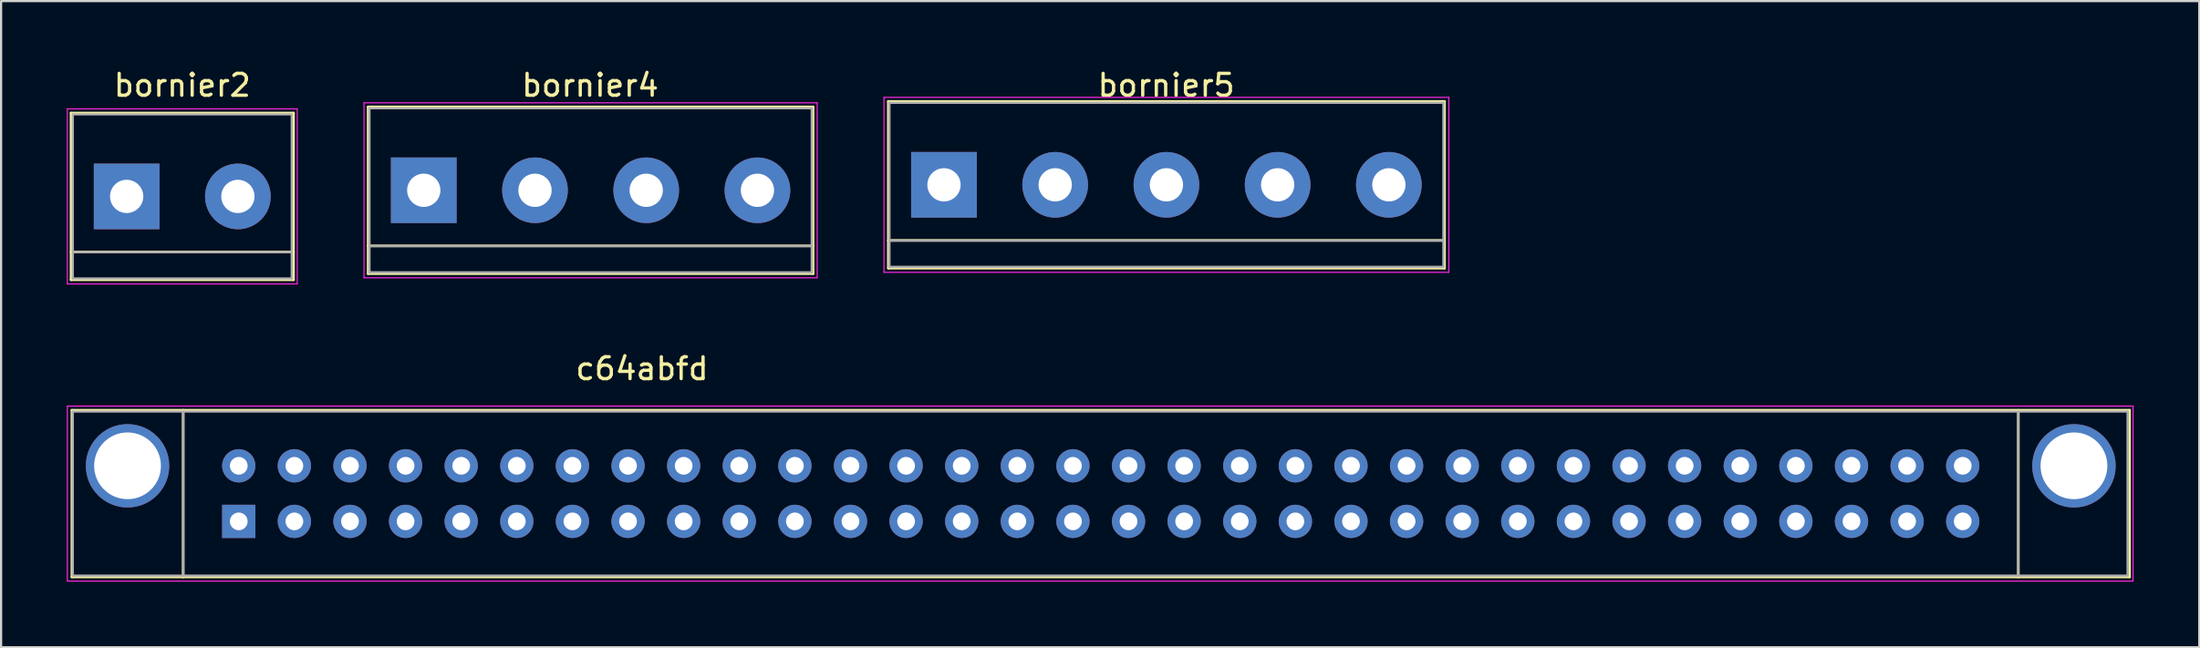
<source format=kicad_pcb>
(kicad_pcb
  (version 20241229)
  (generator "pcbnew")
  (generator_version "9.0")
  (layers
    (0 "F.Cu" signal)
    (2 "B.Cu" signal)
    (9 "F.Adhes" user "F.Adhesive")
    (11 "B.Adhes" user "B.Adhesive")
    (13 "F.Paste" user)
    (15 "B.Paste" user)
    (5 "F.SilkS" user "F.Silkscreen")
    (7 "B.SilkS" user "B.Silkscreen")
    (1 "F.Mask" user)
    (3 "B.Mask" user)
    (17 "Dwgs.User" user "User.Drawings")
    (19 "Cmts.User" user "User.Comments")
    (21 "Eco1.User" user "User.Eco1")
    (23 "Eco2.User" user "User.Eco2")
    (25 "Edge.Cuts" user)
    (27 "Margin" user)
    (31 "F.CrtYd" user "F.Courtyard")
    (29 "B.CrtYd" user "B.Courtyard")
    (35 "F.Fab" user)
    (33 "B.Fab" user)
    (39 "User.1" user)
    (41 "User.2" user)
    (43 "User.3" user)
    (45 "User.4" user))
  (footprint "bornier5"
    (layer "F.Cu")
    (at 40.065 5.398)
    (property "Reference" "bornier5" (at 10.15 -4.55 0) (layer "F.SilkS") (effects (font (size 1 1) (thickness 0.15))))
    (attr through_hole)
    (fp_line (start -2.54 -3.81) (end -2.54 3.81) (stroke (width 0.12) (type solid)) (layer "F.SilkS"))
    (fp_line (start -2.54 -3.81) (end 22.86 -3.81) (stroke (width 0.12) (type solid)) (layer "F.SilkS"))
    (fp_line (start -2.54 2.54) (end 22.86 2.54) (stroke (width 0.12) (type solid)) (layer "F.SilkS"))
    (fp_line (start -2.54 3.81) (end 22.86 3.81) (stroke (width 0.12) (type solid)) (layer "F.SilkS"))
    (fp_line (start 22.86 -3.81) (end 22.86 3.81) (stroke (width 0.12) (type solid)) (layer "F.SilkS"))
    (fp_line (start -2.74 -4) (end -2.74 4) (stroke (width 0.05) (type solid)) (layer "F.CrtYd"))
    (fp_line (start -2.74 -4) (end 23.06 -4) (stroke (width 0.05) (type solid)) (layer "F.CrtYd"))
    (fp_line (start 23.06 4) (end -2.74 4) (stroke (width 0.05) (type solid)) (layer "F.CrtYd"))
    (fp_line (start 23.06 4) (end 23.06 -4) (stroke (width 0.05) (type solid)) (layer "F.CrtYd"))
    (fp_line (start -2.49 -3.75) (end -2.49 3.75) (stroke (width 0.1) (type solid)) (layer "F.Fab"))
    (fp_line (start -2.49 2.55) (end 22.81 2.55) (stroke (width 0.1) (type solid)) (layer "F.Fab"))
    (fp_line (start -2.49 3.75) (end 22.81 3.75) (stroke (width 0.1) (type solid)) (layer "F.Fab"))
    (fp_line (start 22.81 -3.75) (end -2.49 -3.75) (stroke (width 0.1) (type solid)) (layer "F.Fab"))
    (fp_line (start 22.81 3.75) (end 22.81 -3.75) (stroke (width 0.1) (type solid)) (layer "F.Fab"))
    (pad "1" thru_hole rect (at 0 0) (size 3 3) (drill 1.52) (layers "*.Cu" "*.Mask"))
    (pad "2" thru_hole circle (at 5.08 0) (size 3 3) (drill 1.52) (layers "*.Cu" "*.Mask"))
    (pad "3" thru_hole circle (at 10.16 0) (size 3 3) (drill 1.52) (layers "*.Cu" "*.Mask"))
    (pad "4" thru_hole circle (at 15.24 0) (size 3 3) (drill 1.52) (layers "*.Cu" "*.Mask"))
    (pad "5" thru_hole circle (at 20.32 0) (size 3 3) (drill 1.52) (layers "*.Cu" "*.Mask")))
  (footprint "bornier2"
    (layer "F.Cu")
    (at 2.735 5.928)
    (property "Reference" "bornier2" (at 2.54 -5.08 0) (layer "F.SilkS") (effects (font (size 1 1) (thickness 0.15))))
    (attr through_hole)
    (fp_line (start -2.54 -3.81) (end -2.54 3.81) (stroke (width 0.12) (type solid)) (layer "F.SilkS"))
    (fp_line (start -2.54 3.81) (end 7.62 3.81) (stroke (width 0.12) (type solid)) (layer "F.SilkS"))
    (fp_line (start 7.62 -3.81) (end -2.54 -3.81) (stroke (width 0.12) (type solid)) (layer "F.SilkS"))
    (fp_line (start 7.62 2.54) (end -2.54 2.54) (stroke (width 0.12) (type solid)) (layer "F.SilkS"))
    (fp_line (start 7.62 3.81) (end 7.62 -3.81) (stroke (width 0.12) (type solid)) (layer "F.SilkS"))
    (fp_line (start -2.71 -4) (end -2.71 4) (stroke (width 0.05) (type solid)) (layer "F.CrtYd"))
    (fp_line (start -2.71 -4) (end 7.79 -4) (stroke (width 0.05) (type solid)) (layer "F.CrtYd"))
    (fp_line (start 7.79 4) (end -2.71 4) (stroke (width 0.05) (type solid)) (layer "F.CrtYd"))
    (fp_line (start 7.79 4) (end 7.79 -4) (stroke (width 0.05) (type solid)) (layer "F.CrtYd"))
    (fp_line (start -2.46 -3.75) (end -2.46 3.75) (stroke (width 0.1) (type solid)) (layer "F.Fab"))
    (fp_line (start -2.46 3.75) (end 7.54 3.75) (stroke (width 0.1) (type solid)) (layer "F.Fab"))
    (fp_line (start -2.41 2.55) (end 7.49 2.55) (stroke (width 0.1) (type solid)) (layer "F.Fab"))
    (fp_line (start 7.54 -3.75) (end -2.46 -3.75) (stroke (width 0.1) (type solid)) (layer "F.Fab"))
    (fp_line (start 7.54 3.75) (end 7.54 -3.75) (stroke (width 0.1) (type solid)) (layer "F.Fab"))
    (pad "1" thru_hole rect (at 0 0) (size 3 3) (drill 1.52) (layers "*.Cu" "*.Mask"))
    (pad "2" thru_hole circle (at 5.08 0) (size 3 3) (drill 1.52) (layers "*.Cu" "*.Mask")))
  (footprint "bornier4"
    (layer "F.Cu")
    (at 16.305 5.648)
    (property "Reference" "bornier4" (at 7.6 -4.8 0) (layer "F.SilkS") (effects (font (size 1 1) (thickness 0.15))))
    (attr through_hole)
    (fp_line (start -2.54 -3.81) (end -2.54 3.81) (stroke (width 0.12) (type solid)) (layer "F.SilkS"))
    (fp_line (start -2.54 -3.81) (end 17.78 -3.81) (stroke (width 0.12) (type solid)) (layer "F.SilkS"))
    (fp_line (start -2.54 3.81) (end 17.78 3.81) (stroke (width 0.12) (type solid)) (layer "F.SilkS"))
    (fp_line (start 17.78 2.54) (end -2.54 2.54) (stroke (width 0.12) (type solid)) (layer "F.SilkS"))
    (fp_line (start 17.78 3.81) (end 17.78 -3.81) (stroke (width 0.12) (type solid)) (layer "F.SilkS"))
    (fp_line (start -2.73 -4) (end -2.73 4) (stroke (width 0.05) (type solid)) (layer "F.CrtYd"))
    (fp_line (start -2.73 -4) (end 17.97 -4) (stroke (width 0.05) (type solid)) (layer "F.CrtYd"))
    (fp_line (start 17.97 4) (end -2.73 4) (stroke (width 0.05) (type solid)) (layer "F.CrtYd"))
    (fp_line (start 17.97 4) (end 17.97 -4) (stroke (width 0.05) (type solid)) (layer "F.CrtYd"))
    (fp_line (start -2.48 -3.75) (end 17.72 -3.75) (stroke (width 0.1) (type solid)) (layer "F.Fab"))
    (fp_line (start -2.48 2.55) (end 17.72 2.55) (stroke (width 0.1) (type solid)) (layer "F.Fab"))
    (fp_line (start -2.48 3.75) (end -2.48 -3.75) (stroke (width 0.1) (type solid)) (layer "F.Fab"))
    (fp_line (start -2.43 3.75) (end -2.48 3.75) (stroke (width 0.1) (type solid)) (layer "F.Fab"))
    (fp_line (start 17.72 -3.75) (end 17.72 3.75) (stroke (width 0.1) (type solid)) (layer "F.Fab"))
    (fp_line (start 17.72 3.75) (end -2.43 3.75) (stroke (width 0.1) (type solid)) (layer "F.Fab"))
    (pad "1" thru_hole rect (at 0 0) (size 3 3) (drill 1.52) (layers "*.Cu" "*.Mask"))
    (pad "2" thru_hole circle (at 5.08 0) (size 3 3) (drill 1.52) (layers "*.Cu" "*.Mask"))
    (pad "3" thru_hole circle (at 10.16 0) (size 3 3) (drill 1.52) (layers "*.Cu" "*.Mask"))
    (pad "4" thru_hole circle (at 15.24 0) (size 3 3) (drill 1.52) (layers "*.Cu" "*.Mask")))
  (footprint "c64abfd"
    (layer "F.Cu")
    (at 7.855 20.782)
    (property "Reference" "c64abfd" (at 18.42 -6.98 0) (layer "F.SilkS") (effects (font (size 1 1) (thickness 0.15))))
    (attr through_hole)
    (fp_line (start -7.62 -5.08) (end 86.36 -5.08) (stroke (width 0.12) (type solid)) (layer "F.SilkS"))
    (fp_line (start -7.62 2.54) (end -7.62 -5.08) (stroke (width 0.12) (type solid)) (layer "F.SilkS"))
    (fp_line (start -2.54 2.54) (end -2.54 -5.08) (stroke (width 0.12) (type solid)) (layer "F.SilkS"))
    (fp_line (start 81.28 2.54) (end 81.28 -5.08) (stroke (width 0.12) (type solid)) (layer "F.SilkS"))
    (fp_line (start 86.36 -5.08) (end 86.36 2.54) (stroke (width 0.12) (type solid)) (layer "F.SilkS"))
    (fp_line (start 86.36 2.54) (end -7.62 2.54) (stroke (width 0.12) (type solid)) (layer "F.SilkS"))
    (fp_line (start -7.83 -5.27) (end -7.83 2.73) (stroke (width 0.05) (type solid)) (layer "F.CrtYd"))
    (fp_line (start -7.83 -5.27) (end 86.52 -5.27) (stroke (width 0.05) (type solid)) (layer "F.CrtYd"))
    (fp_line (start 86.52 2.73) (end -7.83 2.73) (stroke (width 0.05) (type solid)) (layer "F.CrtYd"))
    (fp_line (start 86.52 2.73) (end 86.52 -5.27) (stroke (width 0.05) (type solid)) (layer "F.CrtYd"))
    (fp_line (start -7.58 -5.02) (end 86.27 -5.02) (stroke (width 0.1) (type solid)) (layer "F.Fab"))
    (fp_line (start -7.58 2.48) (end -7.58 -5.02) (stroke (width 0.1) (type solid)) (layer "F.Fab"))
    (fp_line (start -2.53 -5.02) (end -2.53 2.48) (stroke (width 0.1) (type solid)) (layer "F.Fab"))
    (fp_line (start 81.27 2.48) (end 81.27 -5.02) (stroke (width 0.1) (type solid)) (layer "F.Fab"))
    (fp_line (start 86.27 2.48) (end -7.58 2.48) (stroke (width 0.1) (type solid)) (layer "F.Fab"))
    (fp_line (start 86.27 2.48) (end 86.27 -5.02) (stroke (width 0.1) (type solid)) (layer "F.Fab"))
    (pad "65" thru_hole circle (at -5.08 -2.54) (size 3.81 3.81) (drill 3.05) (layers "*.Cu" "*.Mask"))
    (pad "66" thru_hole circle (at 83.82 -2.54) (size 3.81 3.81) (drill 3.05) (layers "*.Cu" "*.Mask"))
    (pad "A1" thru_hole rect (at 0 0) (size 1.52 1.52) (drill 0.81) (layers "*.Cu" "*.Mask"))
    (pad "A2" thru_hole circle (at 2.54 0) (size 1.52 1.52) (drill 0.81) (layers "*.Cu" "*.Mask"))
    (pad "A3" thru_hole circle (at 5.08 0) (size 1.52 1.52) (drill 0.81) (layers "*.Cu" "*.Mask"))
    (pad "A4" thru_hole circle (at 7.62 0) (size 1.52 1.52) (drill 0.81) (layers "*.Cu" "*.Mask"))
    (pad "A5" thru_hole circle (at 10.16 0) (size 1.52 1.52) (drill 0.81) (layers "*.Cu" "*.Mask"))
    (pad "A6" thru_hole circle (at 12.7 0) (size 1.52 1.52) (drill 0.81) (layers "*.Cu" "*.Mask"))
    (pad "A7" thru_hole circle (at 15.24 0) (size 1.52 1.52) (drill 0.81) (layers "*.Cu" "*.Mask"))
    (pad "A8" thru_hole circle (at 17.78 0) (size 1.52 1.52) (drill 0.81) (layers "*.Cu" "*.Mask"))
    (pad "A9" thru_hole circle (at 20.32 0) (size 1.52 1.52) (drill 0.81) (layers "*.Cu" "*.Mask"))
    (pad "A10" thru_hole circle (at 22.86 0) (size 1.52 1.52) (drill 0.81) (layers "*.Cu" "*.Mask"))
    (pad "A11" thru_hole circle (at 25.4 0) (size 1.52 1.52) (drill 0.81) (layers "*.Cu" "*.Mask"))
    (pad "A12" thru_hole circle (at 27.94 0) (size 1.52 1.52) (drill 0.81) (layers "*.Cu" "*.Mask"))
    (pad "A13" thru_hole circle (at 30.48 0) (size 1.52 1.52) (drill 0.81) (layers "*.Cu" "*.Mask"))
    (pad "A14" thru_hole circle (at 33.02 0) (size 1.52 1.52) (drill 0.81) (layers "*.Cu" "*.Mask"))
    (pad "A15" thru_hole circle (at 35.56 0) (size 1.52 1.52) (drill 0.81) (layers "*.Cu" "*.Mask"))
    (pad "A16" thru_hole circle (at 38.1 0) (size 1.52 1.52) (drill 0.81) (layers "*.Cu" "*.Mask"))
    (pad "A17" thru_hole circle (at 40.64 0) (size 1.52 1.52) (drill 0.81) (layers "*.Cu" "*.Mask"))
    (pad "A18" thru_hole circle (at 43.18 0) (size 1.52 1.52) (drill 0.81) (layers "*.Cu" "*.Mask"))
    (pad "A19" thru_hole circle (at 45.72 0) (size 1.52 1.52) (drill 0.81) (layers "*.Cu" "*.Mask"))
    (pad "A20" thru_hole circle (at 48.26 0) (size 1.52 1.52) (drill 0.81) (layers "*.Cu" "*.Mask"))
    (pad "A21" thru_hole circle (at 50.8 0) (size 1.52 1.52) (drill 0.81) (layers "*.Cu" "*.Mask"))
    (pad "A22" thru_hole circle (at 53.34 0) (size 1.52 1.52) (drill 0.81) (layers "*.Cu" "*.Mask"))
    (pad "A23" thru_hole circle (at 55.88 0) (size 1.52 1.52) (drill 0.81) (layers "*.Cu" "*.Mask"))
    (pad "A24" thru_hole circle (at 58.42 0) (size 1.52 1.52) (drill 0.81) (layers "*.Cu" "*.Mask"))
    (pad "A25" thru_hole circle (at 60.96 0) (size 1.52 1.52) (drill 0.81) (layers "*.Cu" "*.Mask"))
    (pad "A26" thru_hole circle (at 63.5 0) (size 1.52 1.52) (drill 0.81) (layers "*.Cu" "*.Mask"))
    (pad "A27" thru_hole circle (at 66.04 0) (size 1.52 1.52) (drill 0.81) (layers "*.Cu" "*.Mask"))
    (pad "A28" thru_hole circle (at 68.58 0) (size 1.52 1.52) (drill 0.81) (layers "*.Cu" "*.Mask"))
    (pad "A29" thru_hole circle (at 71.12 0) (size 1.52 1.52) (drill 0.81) (layers "*.Cu" "*.Mask"))
    (pad "A30" thru_hole circle (at 73.66 0) (size 1.52 1.52) (drill 0.81) (layers "*.Cu" "*.Mask"))
    (pad "A31" thru_hole circle (at 76.2 0) (size 1.52 1.52) (drill 0.81) (layers "*.Cu" "*.Mask"))
    (pad "A32" thru_hole circle (at 78.74 0) (size 1.52 1.52) (drill 0.81) (layers "*.Cu" "*.Mask"))
    (pad "B1" thru_hole circle (at 0 -2.54) (size 1.52 1.52) (drill 0.81) (layers "*.Cu" "*.Mask"))
    (pad "B2" thru_hole circle (at 2.54 -2.54) (size 1.52 1.52) (drill 0.81) (layers "*.Cu" "*.Mask"))
    (pad "B3" thru_hole circle (at 5.08 -2.54) (size 1.52 1.52) (drill 0.81) (layers "*.Cu" "*.Mask"))
    (pad "B4" thru_hole circle (at 7.62 -2.54) (size 1.52 1.52) (drill 0.81) (layers "*.Cu" "*.Mask"))
    (pad "B5" thru_hole circle (at 10.16 -2.54) (size 1.52 1.52) (drill 0.81) (layers "*.Cu" "*.Mask"))
    (pad "B6" thru_hole circle (at 12.7 -2.54) (size 1.52 1.52) (drill 0.81) (layers "*.Cu" "*.Mask"))
    (pad "B7" thru_hole circle (at 15.24 -2.54) (size 1.52 1.52) (drill 0.81) (layers "*.Cu" "*.Mask"))
    (pad "B8" thru_hole circle (at 17.78 -2.54) (size 1.52 1.52) (drill 0.81) (layers "*.Cu" "*.Mask"))
    (pad "B9" thru_hole circle (at 20.32 -2.54) (size 1.52 1.52) (drill 0.81) (layers "*.Cu" "*.Mask"))
    (pad "B10" thru_hole circle (at 22.86 -2.54) (size 1.52 1.52) (drill 0.81) (layers "*.Cu" "*.Mask"))
    (pad "B11" thru_hole circle (at 25.4 -2.54) (size 1.52 1.52) (drill 0.81) (layers "*.Cu" "*.Mask"))
    (pad "B12" thru_hole circle (at 27.94 -2.54) (size 1.52 1.52) (drill 0.81) (layers "*.Cu" "*.Mask"))
    (pad "B13" thru_hole circle (at 30.48 -2.54) (size 1.52 1.52) (drill 0.81) (layers "*.Cu" "*.Mask"))
    (pad "B14" thru_hole circle (at 33.02 -2.54) (size 1.52 1.52) (drill 0.81) (layers "*.Cu" "*.Mask"))
    (pad "B15" thru_hole circle (at 35.56 -2.54) (size 1.52 1.52) (drill 0.81) (layers "*.Cu" "*.Mask"))
    (pad "B16" thru_hole circle (at 38.1 -2.54) (size 1.52 1.52) (drill 0.81) (layers "*.Cu" "*.Mask"))
    (pad "B17" thru_hole circle (at 40.64 -2.54) (size 1.52 1.52) (drill 0.81) (layers "*.Cu" "*.Mask"))
    (pad "B18" thru_hole circle (at 43.18 -2.54) (size 1.52 1.52) (drill 0.81) (layers "*.Cu" "*.Mask"))
    (pad "B19" thru_hole circle (at 45.72 -2.54) (size 1.52 1.52) (drill 0.81) (layers "*.Cu" "*.Mask"))
    (pad "B20" thru_hole circle (at 48.26 -2.54) (size 1.52 1.52) (drill 0.81) (layers "*.Cu" "*.Mask"))
    (pad "B21" thru_hole circle (at 50.8 -2.54) (size 1.52 1.52) (drill 0.81) (layers "*.Cu" "*.Mask"))
    (pad "B22" thru_hole circle (at 53.34 -2.54) (size 1.52 1.52) (drill 0.81) (layers "*.Cu" "*.Mask"))
    (pad "B23" thru_hole circle (at 55.88 -2.54) (size 1.52 1.52) (drill 0.81) (layers "*.Cu" "*.Mask"))
    (pad "B24" thru_hole circle (at 58.42 -2.54) (size 1.52 1.52) (drill 0.81) (layers "*.Cu" "*.Mask"))
    (pad "B25" thru_hole circle (at 60.96 -2.54) (size 1.52 1.52) (drill 0.81) (layers "*.Cu" "*.Mask"))
    (pad "B26" thru_hole circle (at 63.5 -2.54) (size 1.52 1.52) (drill 0.81) (layers "*.Cu" "*.Mask"))
    (pad "B27" thru_hole circle (at 66.04 -2.54) (size 1.52 1.52) (drill 0.81) (layers "*.Cu" "*.Mask"))
    (pad "B28" thru_hole circle (at 68.58 -2.54) (size 1.52 1.52) (drill 0.81) (layers "*.Cu" "*.Mask"))
    (pad "B29" thru_hole circle (at 71.12 -2.54) (size 1.52 1.52) (drill 0.81) (layers "*.Cu" "*.Mask"))
    (pad "B30" thru_hole circle (at 73.66 -2.54) (size 1.52 1.52) (drill 0.81) (layers "*.Cu" "*.Mask"))
    (pad "B31" thru_hole circle (at 76.2 -2.54) (size 1.52 1.52) (drill 0.81) (layers "*.Cu" "*.Mask"))
    (pad "B32" thru_hole circle (at 78.74 -2.54) (size 1.52 1.52) (drill 0.81) (layers "*.Cu" "*.Mask")))
  (gr_rect
    (start -3 -3)
    (end 97.4 26.537)
    (stroke (width 0.1) (type default))
    (fill no)
    (layer "Edge.Cuts")))
</source>
